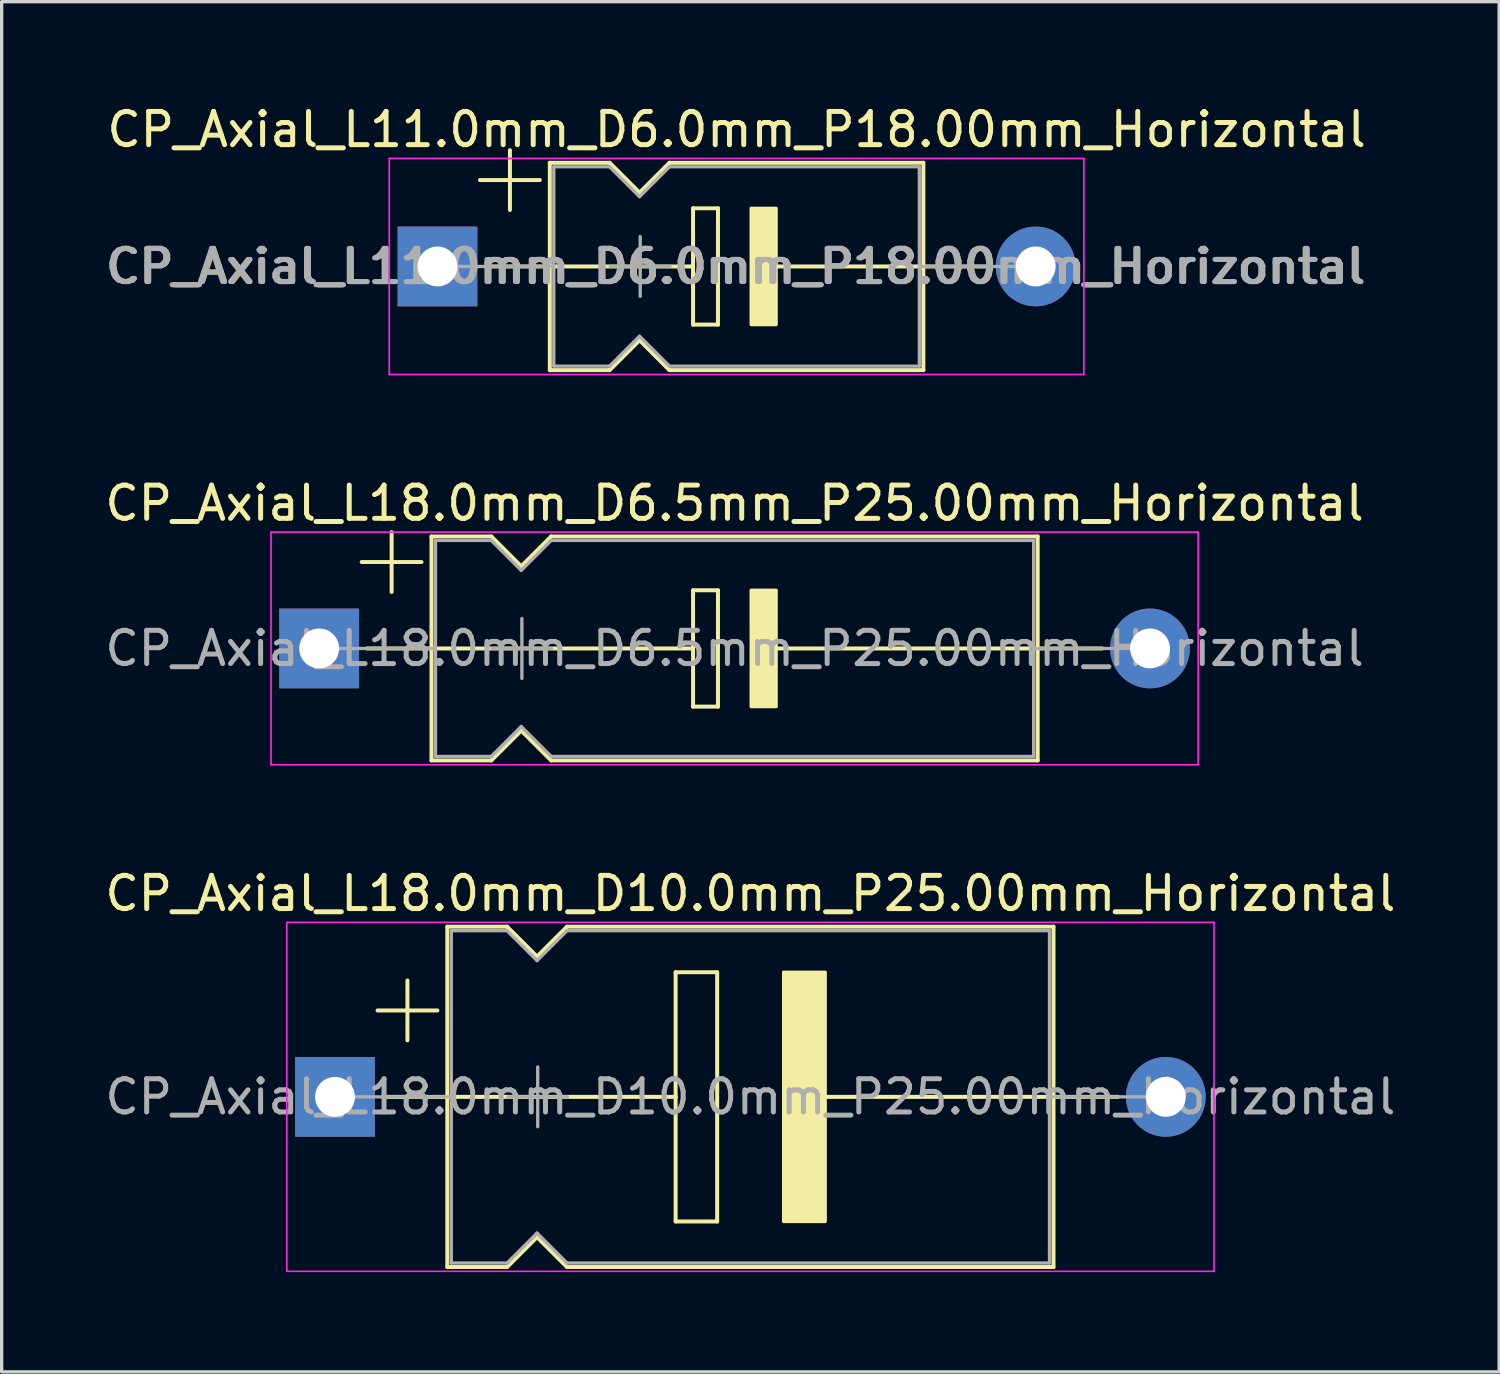
<source format=kicad_pcb>
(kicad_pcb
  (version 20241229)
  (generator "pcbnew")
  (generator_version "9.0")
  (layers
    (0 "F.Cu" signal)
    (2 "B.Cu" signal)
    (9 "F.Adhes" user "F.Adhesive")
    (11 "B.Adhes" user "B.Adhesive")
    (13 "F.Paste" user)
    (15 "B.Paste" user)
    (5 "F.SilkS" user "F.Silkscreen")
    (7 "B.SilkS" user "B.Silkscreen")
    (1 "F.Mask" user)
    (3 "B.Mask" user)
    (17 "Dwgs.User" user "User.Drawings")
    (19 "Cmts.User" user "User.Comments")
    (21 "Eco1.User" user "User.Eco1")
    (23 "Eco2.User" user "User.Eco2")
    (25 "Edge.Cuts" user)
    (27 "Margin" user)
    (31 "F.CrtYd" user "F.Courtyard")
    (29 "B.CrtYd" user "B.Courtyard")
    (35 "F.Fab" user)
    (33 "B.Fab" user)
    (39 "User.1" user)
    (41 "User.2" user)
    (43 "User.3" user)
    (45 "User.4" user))
  (footprint "CP_Axial_L18.0mm_D6.5mm_P25.00mm_Horizontal"
    (layer "F.Cu")
    (at 6.554 16.462)
    (property "Reference" "CP_Axial_L18.0mm_D6.5mm_P25.00mm_Horizontal" (at 12.5 -4.37 0) (layer "F.SilkS") (effects (font (size 1 1) (thickness 0.15))))
    (attr through_hole)
    (fp_line (start 1.28 -2.6) (end 3.08 -2.6) (stroke (width 0.12) (type solid)) (layer "F.SilkS"))
    (fp_line (start 1.44 0) (end 3.38 0) (stroke (width 0.12) (type solid)) (layer "F.SilkS"))
    (fp_line (start 2.18 -3.5) (end 2.18 -1.7) (stroke (width 0.12) (type solid)) (layer "F.SilkS"))
    (fp_line (start 3.38 -3.37) (end 3.38 3.37) (stroke (width 0.12) (type solid)) (layer "F.SilkS"))
    (fp_line (start 3.38 -3.37) (end 5.18 -3.37) (stroke (width 0.12) (type solid)) (layer "F.SilkS"))
    (fp_line (start 3.38 0) (end 11.25 0) (stroke (width 0.12) (type solid)) (layer "F.SilkS"))
    (fp_line (start 3.38 3.37) (end 5.18 3.37) (stroke (width 0.12) (type solid)) (layer "F.SilkS"))
    (fp_line (start 5.18 -3.37) (end 6.08 -2.47) (stroke (width 0.12) (type solid)) (layer "F.SilkS"))
    (fp_line (start 5.18 3.37) (end 6.08 2.47) (stroke (width 0.12) (type solid)) (layer "F.SilkS"))
    (fp_line (start 6.08 -2.47) (end 6.98 -3.37) (stroke (width 0.12) (type solid)) (layer "F.SilkS"))
    (fp_line (start 6.08 2.47) (end 6.98 3.37) (stroke (width 0.12) (type solid)) (layer "F.SilkS"))
    (fp_line (start 6.98 -3.37) (end 21.62 -3.37) (stroke (width 0.12) (type solid)) (layer "F.SilkS"))
    (fp_line (start 6.98 3.37) (end 21.62 3.37) (stroke (width 0.12) (type solid)) (layer "F.SilkS"))
    (fp_line (start 11.25 -1.75) (end 11.25 1.75) (stroke (width 0.12) (type solid)) (layer "F.SilkS"))
    (fp_line (start 11.25 -1.75) (end 12 -1.75) (stroke (width 0.12) (type solid)) (layer "F.SilkS"))
    (fp_line (start 12 -1.75) (end 12 1.75) (stroke (width 0.12) (type solid)) (layer "F.SilkS"))
    (fp_line (start 12 1.75) (end 11.25 1.75) (stroke (width 0.12) (type solid)) (layer "F.SilkS"))
    (fp_line (start 13.75 0) (end 21.62 0) (stroke (width 0.12) (type solid)) (layer "F.SilkS"))
    (fp_line (start 21.62 -3.37) (end 21.62 3.37) (stroke (width 0.12) (type solid)) (layer "F.SilkS"))
    (fp_line (start 23.56 0) (end 21.62 0) (stroke (width 0.12) (type solid)) (layer "F.SilkS"))
    (fp_poly (pts (xy 13.75 1.75) (xy 13 1.75) (xy 13 -1.75) (xy 13.75 -1.75)) (stroke (width 0.1) (type solid)) (fill yes) (layer "F.SilkS"))
    (fp_line (start -1.45 -3.5) (end -1.45 3.5) (stroke (width 0.05) (type solid)) (layer "F.CrtYd"))
    (fp_line (start -1.45 3.5) (end 26.45 3.5) (stroke (width 0.05) (type solid)) (layer "F.CrtYd"))
    (fp_line (start 26.45 -3.5) (end -1.45 -3.5) (stroke (width 0.05) (type solid)) (layer "F.CrtYd"))
    (fp_line (start 26.45 3.5) (end 26.45 -3.5) (stroke (width 0.05) (type solid)) (layer "F.CrtYd"))
    (fp_line (start 0 0) (end 3.5 0) (stroke (width 0.1) (type solid)) (layer "F.Fab"))
    (fp_line (start 3.5 -3.25) (end 3.5 3.25) (stroke (width 0.1) (type solid)) (layer "F.Fab"))
    (fp_line (start 3.5 -3.25) (end 5.18 -3.25) (stroke (width 0.1) (type solid)) (layer "F.Fab"))
    (fp_line (start 3.5 3.25) (end 5.18 3.25) (stroke (width 0.1) (type solid)) (layer "F.Fab"))
    (fp_line (start 5.18 -3.25) (end 6.08 -2.35) (stroke (width 0.1) (type solid)) (layer "F.Fab"))
    (fp_line (start 5.18 3.25) (end 6.08 2.35) (stroke (width 0.1) (type solid)) (layer "F.Fab"))
    (fp_line (start 5.2 0) (end 7 0) (stroke (width 0.1) (type solid)) (layer "F.Fab"))
    (fp_line (start 6.08 -2.35) (end 6.98 -3.25) (stroke (width 0.1) (type solid)) (layer "F.Fab"))
    (fp_line (start 6.08 2.35) (end 6.98 3.25) (stroke (width 0.1) (type solid)) (layer "F.Fab"))
    (fp_line (start 6.1 -0.9) (end 6.1 0.9) (stroke (width 0.1) (type solid)) (layer "F.Fab"))
    (fp_line (start 6.98 -3.25) (end 21.5 -3.25) (stroke (width 0.1) (type solid)) (layer "F.Fab"))
    (fp_line (start 6.98 3.25) (end 21.5 3.25) (stroke (width 0.1) (type solid)) (layer "F.Fab"))
    (fp_line (start 21.5 -3.25) (end 21.5 3.25) (stroke (width 0.1) (type solid)) (layer "F.Fab"))
    (fp_line (start 25 0) (end 21.5 0) (stroke (width 0.1) (type solid)) (layer "F.Fab"))
    (fp_text user "${REFERENCE}" (at 12.5 0 0) (layer "F.Fab") (effects (font (size 1 1) (thickness 0.15))))
    (pad "1" thru_hole rect (at 0 0) (size 2.4 2.4) (drill 1.2) (layers "*.Cu" "*.Mask"))
    (pad "2" thru_hole oval (at 25 0) (size 2.4 2.4) (drill 1.2) (layers "*.Cu" "*.Mask")))
  (footprint "CP_Axial_L11.0mm_D6.0mm_P18.00mm_Horizontal"
    (layer "F.Cu")
    (at 10.114 4.968)
    (property "Reference" "CP_Axial_L11.0mm_D6.0mm_P18.00mm_Horizontal" (at 9 -4.12 0) (layer "F.SilkS") (effects (font (size 1 1) (thickness 0.15))))
    (attr through_hole)
    (fp_line (start 1.28 -2.6) (end 3.08 -2.6) (stroke (width 0.12) (type solid)) (layer "F.SilkS"))
    (fp_line (start 1.44 0) (end 3.38 0) (stroke (width 0.12) (type solid)) (layer "F.SilkS"))
    (fp_line (start 2.18 -3.5) (end 2.18 -1.7) (stroke (width 0.12) (type solid)) (layer "F.SilkS"))
    (fp_line (start 3.38 -3.12) (end 3.38 3.12) (stroke (width 0.12) (type solid)) (layer "F.SilkS"))
    (fp_line (start 3.38 -3.12) (end 5.18 -3.12) (stroke (width 0.12) (type solid)) (layer "F.SilkS"))
    (fp_line (start 3.38 0) (end 7.69 0) (stroke (width 0.12) (type solid)) (layer "F.SilkS"))
    (fp_line (start 3.38 3.12) (end 5.18 3.12) (stroke (width 0.12) (type solid)) (layer "F.SilkS"))
    (fp_line (start 5.18 -3.12) (end 6.08 -2.22) (stroke (width 0.12) (type solid)) (layer "F.SilkS"))
    (fp_line (start 5.18 3.12) (end 6.08 2.22) (stroke (width 0.12) (type solid)) (layer "F.SilkS"))
    (fp_line (start 6.08 -2.22) (end 6.98 -3.12) (stroke (width 0.12) (type solid)) (layer "F.SilkS"))
    (fp_line (start 6.08 2.22) (end 6.98 3.12) (stroke (width 0.12) (type solid)) (layer "F.SilkS"))
    (fp_line (start 6.98 -3.12) (end 14.62 -3.12) (stroke (width 0.12) (type solid)) (layer "F.SilkS"))
    (fp_line (start 6.98 3.12) (end 14.62 3.12) (stroke (width 0.12) (type solid)) (layer "F.SilkS"))
    (fp_line (start 7.69 -1.75) (end 7.69 1.75) (stroke (width 0.12) (type solid)) (layer "F.SilkS"))
    (fp_line (start 7.69 -1.75) (end 8.44 -1.75) (stroke (width 0.12) (type solid)) (layer "F.SilkS"))
    (fp_line (start 8.44 -1.75) (end 8.44 1.75) (stroke (width 0.12) (type solid)) (layer "F.SilkS"))
    (fp_line (start 8.44 1.75) (end 7.69 1.75) (stroke (width 0.12) (type solid)) (layer "F.SilkS"))
    (fp_line (start 10.19 0) (end 14.62 0) (stroke (width 0.12) (type solid)) (layer "F.SilkS"))
    (fp_line (start 14.62 -3.12) (end 14.62 3.12) (stroke (width 0.12) (type solid)) (layer "F.SilkS"))
    (fp_line (start 16.56 0) (end 14.62 0) (stroke (width 0.12) (type solid)) (layer "F.SilkS"))
    (fp_poly (pts (xy 10.19 1.75) (xy 9.44 1.75) (xy 9.44 -1.75) (xy 10.19 -1.75)) (stroke (width 0.1) (type solid)) (fill yes) (layer "F.SilkS"))
    (fp_line (start -1.45 -3.25) (end -1.45 3.25) (stroke (width 0.05) (type solid)) (layer "F.CrtYd"))
    (fp_line (start -1.45 3.25) (end 19.45 3.25) (stroke (width 0.05) (type solid)) (layer "F.CrtYd"))
    (fp_line (start 19.45 -3.25) (end -1.45 -3.25) (stroke (width 0.05) (type solid)) (layer "F.CrtYd"))
    (fp_line (start 19.45 3.25) (end 19.45 -3.25) (stroke (width 0.05) (type solid)) (layer "F.CrtYd"))
    (fp_line (start 0 0) (end 3.5 0) (stroke (width 0.1) (type solid)) (layer "F.Fab"))
    (fp_line (start 3.5 -3) (end 3.5 3) (stroke (width 0.1) (type solid)) (layer "F.Fab"))
    (fp_line (start 3.5 -3) (end 5.18 -3) (stroke (width 0.1) (type solid)) (layer "F.Fab"))
    (fp_line (start 3.5 3) (end 5.18 3) (stroke (width 0.1) (type solid)) (layer "F.Fab"))
    (fp_line (start 5.18 -3) (end 6.08 -2.1) (stroke (width 0.1) (type solid)) (layer "F.Fab"))
    (fp_line (start 5.18 3) (end 6.08 2.1) (stroke (width 0.1) (type solid)) (layer "F.Fab"))
    (fp_line (start 5.2 0) (end 7 0) (stroke (width 0.1) (type solid)) (layer "F.Fab"))
    (fp_line (start 6.08 -2.1) (end 6.98 -3) (stroke (width 0.1) (type solid)) (layer "F.Fab"))
    (fp_line (start 6.08 2.1) (end 6.98 3) (stroke (width 0.1) (type solid)) (layer "F.Fab"))
    (fp_line (start 6.1 -0.9) (end 6.1 0.9) (stroke (width 0.1) (type solid)) (layer "F.Fab"))
    (fp_line (start 6.98 -3) (end 14.5 -3) (stroke (width 0.1) (type solid)) (layer "F.Fab"))
    (fp_line (start 6.98 3) (end 14.5 3) (stroke (width 0.1) (type solid)) (layer "F.Fab"))
    (fp_line (start 14.5 -3) (end 14.5 3) (stroke (width 0.1) (type solid)) (layer "F.Fab"))
    (fp_line (start 18 0) (end 14.5 0) (stroke (width 0.1) (type solid)) (layer "F.Fab"))
    (fp_text user "${REFERENCE}" (at 9 0 0) (layer "F.Fab") (effects (font (size 1 1) (thickness 0.15))))
    (fp_text user "${REFERENCE}" (at 9 0 0) (layer "F.Fab") (effects (font (size 1 1) (thickness 0.15))))
    (fp_text user "${REFERENCE}" (at 8.94 0 0) (layer "F.Fab") (effects (font (size 1 1) (thickness 0.15))))
    (pad "1" thru_hole rect (at 0 0) (size 2.4 2.4) (drill 1.2) (layers "*.Cu" "*.Mask"))
    (pad "2" thru_hole oval (at 18 0) (size 2.4 2.4) (drill 1.2) (layers "*.Cu" "*.Mask")))
  (footprint "CP_Axial_L18.0mm_D10.0mm_P25.00mm_Horizontal"
    (layer "F.Cu")
    (at 7.03 29.955)
    (property "Reference" "CP_Axial_L18.0mm_D10.0mm_P25.00mm_Horizontal" (at 12.5 -6.12 0) (layer "F.SilkS") (effects (font (size 1 1) (thickness 0.15))))
    (attr through_hole)
    (fp_line (start 1.28 -2.6) (end 3.08 -2.6) (stroke (width 0.12) (type solid)) (layer "F.SilkS"))
    (fp_line (start 1.44 0) (end 3.38 0) (stroke (width 0.12) (type solid)) (layer "F.SilkS"))
    (fp_line (start 2.18 -3.5) (end 2.18 -1.7) (stroke (width 0.12) (type solid)) (layer "F.SilkS"))
    (fp_line (start 3.38 -5.12) (end 3.38 5.12) (stroke (width 0.12) (type solid)) (layer "F.SilkS"))
    (fp_line (start 3.38 -5.12) (end 5.18 -5.12) (stroke (width 0.12) (type solid)) (layer "F.SilkS"))
    (fp_line (start 3.38 0) (end 10.25 0) (stroke (width 0.12) (type solid)) (layer "F.SilkS"))
    (fp_line (start 3.38 5.12) (end 5.18 5.12) (stroke (width 0.12) (type solid)) (layer "F.SilkS"))
    (fp_line (start 5.18 -5.12) (end 6.08 -4.22) (stroke (width 0.12) (type solid)) (layer "F.SilkS"))
    (fp_line (start 5.18 5.12) (end 6.08 4.22) (stroke (width 0.12) (type solid)) (layer "F.SilkS"))
    (fp_line (start 6.08 -4.22) (end 6.98 -5.12) (stroke (width 0.12) (type solid)) (layer "F.SilkS"))
    (fp_line (start 6.08 4.22) (end 6.98 5.12) (stroke (width 0.12) (type solid)) (layer "F.SilkS"))
    (fp_line (start 6.98 -5.12) (end 21.62 -5.12) (stroke (width 0.12) (type solid)) (layer "F.SilkS"))
    (fp_line (start 6.98 5.12) (end 21.62 5.12) (stroke (width 0.12) (type solid)) (layer "F.SilkS"))
    (fp_line (start 10.25 -3.75) (end 11.5 -3.75) (stroke (width 0.12) (type solid)) (layer "F.SilkS"))
    (fp_line (start 10.25 0) (end 10.25 -3.75) (stroke (width 0.12) (type solid)) (layer "F.SilkS"))
    (fp_line (start 10.25 3.75) (end 10.25 0) (stroke (width 0.12) (type solid)) (layer "F.SilkS"))
    (fp_line (start 11.5 -3.75) (end 11.5 3.75) (stroke (width 0.12) (type solid)) (layer "F.SilkS"))
    (fp_line (start 11.5 3.75) (end 10.25 3.75) (stroke (width 0.12) (type solid)) (layer "F.SilkS"))
    (fp_line (start 14.75 0) (end 21.62 0) (stroke (width 0.12) (type solid)) (layer "F.SilkS"))
    (fp_line (start 21.62 -5.12) (end 21.62 5.12) (stroke (width 0.12) (type solid)) (layer "F.SilkS"))
    (fp_line (start 23.56 0) (end 21.62 0) (stroke (width 0.12) (type solid)) (layer "F.SilkS"))
    (fp_poly (pts (xy 14.75 3.75) (xy 13.5 3.75) (xy 13.5 -3.75) (xy 14.75 -3.75)) (stroke (width 0.1) (type solid)) (fill yes) (layer "F.SilkS"))
    (fp_line (start -1.45 -5.25) (end -1.45 5.25) (stroke (width 0.05) (type solid)) (layer "F.CrtYd"))
    (fp_line (start -1.45 5.25) (end 26.45 5.25) (stroke (width 0.05) (type solid)) (layer "F.CrtYd"))
    (fp_line (start 26.45 -5.25) (end -1.45 -5.25) (stroke (width 0.05) (type solid)) (layer "F.CrtYd"))
    (fp_line (start 26.45 5.25) (end 26.45 -5.25) (stroke (width 0.05) (type solid)) (layer "F.CrtYd"))
    (fp_line (start 0 0) (end 3.5 0) (stroke (width 0.1) (type solid)) (layer "F.Fab"))
    (fp_line (start 3.5 -5) (end 3.5 5) (stroke (width 0.1) (type solid)) (layer "F.Fab"))
    (fp_line (start 3.5 -5) (end 5.18 -5) (stroke (width 0.1) (type solid)) (layer "F.Fab"))
    (fp_line (start 3.5 5) (end 5.18 5) (stroke (width 0.1) (type solid)) (layer "F.Fab"))
    (fp_line (start 5.18 -5) (end 6.08 -4.1) (stroke (width 0.1) (type solid)) (layer "F.Fab"))
    (fp_line (start 5.18 5) (end 6.08 4.1) (stroke (width 0.1) (type solid)) (layer "F.Fab"))
    (fp_line (start 5.2 0) (end 7 0) (stroke (width 0.1) (type solid)) (layer "F.Fab"))
    (fp_line (start 6.08 -4.1) (end 6.98 -5) (stroke (width 0.1) (type solid)) (layer "F.Fab"))
    (fp_line (start 6.08 4.1) (end 6.98 5) (stroke (width 0.1) (type solid)) (layer "F.Fab"))
    (fp_line (start 6.1 -0.9) (end 6.1 0.9) (stroke (width 0.1) (type solid)) (layer "F.Fab"))
    (fp_line (start 6.98 -5) (end 21.5 -5) (stroke (width 0.1) (type solid)) (layer "F.Fab"))
    (fp_line (start 6.98 5) (end 21.5 5) (stroke (width 0.1) (type solid)) (layer "F.Fab"))
    (fp_line (start 21.5 -5) (end 21.5 5) (stroke (width 0.1) (type solid)) (layer "F.Fab"))
    (fp_line (start 25 0) (end 21.5 0) (stroke (width 0.1) (type solid)) (layer "F.Fab"))
    (fp_text user "${REFERENCE}" (at 12.5 0 0) (layer "F.Fab") (effects (font (size 1 1) (thickness 0.15))))
    (pad "1" thru_hole rect (at 0 0) (size 2.4 2.4) (drill 1.2) (layers "*.Cu" "*.Mask"))
    (pad "2" thru_hole oval (at 25 0) (size 2.4 2.4) (drill 1.2) (layers "*.Cu" "*.Mask")))
  (gr_rect
    (start -3 -3)
    (end 42.06 38.23)
    (stroke (width 0.1) (type default))
    (fill no)
    (layer "Edge.Cuts")))
</source>
